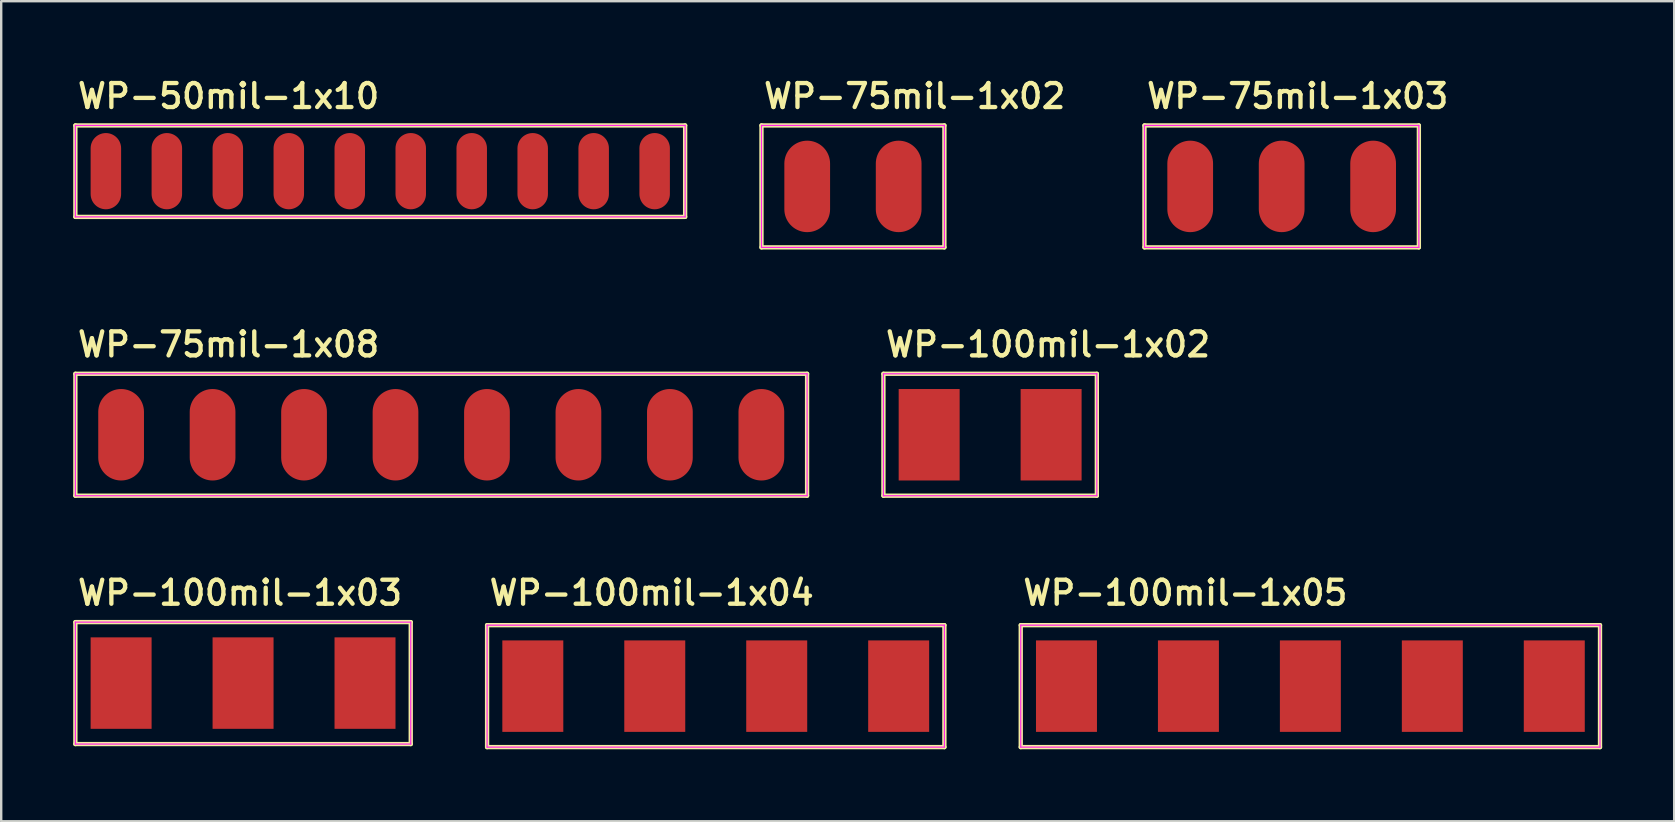
<source format=kicad_pcb>
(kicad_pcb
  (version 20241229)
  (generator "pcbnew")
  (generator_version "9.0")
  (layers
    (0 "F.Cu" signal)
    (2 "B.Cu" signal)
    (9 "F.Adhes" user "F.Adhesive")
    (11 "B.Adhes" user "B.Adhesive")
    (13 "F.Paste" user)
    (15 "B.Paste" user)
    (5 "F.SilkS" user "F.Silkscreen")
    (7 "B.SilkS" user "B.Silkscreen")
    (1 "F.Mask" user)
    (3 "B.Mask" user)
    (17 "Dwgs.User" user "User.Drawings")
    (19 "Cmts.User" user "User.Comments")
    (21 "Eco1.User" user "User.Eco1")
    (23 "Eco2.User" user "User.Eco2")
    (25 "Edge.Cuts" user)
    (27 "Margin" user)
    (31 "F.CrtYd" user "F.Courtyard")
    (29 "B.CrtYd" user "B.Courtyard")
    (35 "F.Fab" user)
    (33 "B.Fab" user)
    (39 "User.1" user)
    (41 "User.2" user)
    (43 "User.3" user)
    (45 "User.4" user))
  (footprint "WP-50mil-1x10"
    (layer "F.Cu")
    (at 12.79 4.08)
    (property "Reference" "WP-50mil-1x10" (at -12.7 -2.54 0) (layer "F.SilkS") (effects (font (size 1 1) (thickness 0.18)) (justify left bottom)))
    (attr exclude_from_pos_files exclude_from_bom)
    (fp_line (start -12.7 -1.905) (end 12.7 -1.905) (stroke (width 0.18) (type solid)) (layer "F.SilkS"))
    (fp_line (start -12.7 1.905) (end -12.7 -1.905) (stroke (width 0.18) (type solid)) (layer "F.SilkS"))
    (fp_line (start 12.7 -1.905) (end 12.7 1.905) (stroke (width 0.18) (type solid)) (layer "F.SilkS"))
    (fp_line (start 12.7 1.905) (end -12.7 1.905) (stroke (width 0.18) (type solid)) (layer "F.SilkS"))
    (fp_line (start -12.7 -1.905) (end 12.7 -1.905) (stroke (width 0.05) (type solid)) (layer "F.CrtYd"))
    (fp_line (start -12.7 1.905) (end -12.7 -1.905) (stroke (width 0.05) (type solid)) (layer "F.CrtYd"))
    (fp_line (start 12.7 -1.905) (end 12.7 1.905) (stroke (width 0.05) (type solid)) (layer "F.CrtYd"))
    (fp_line (start 12.7 1.905) (end -12.7 1.905) (stroke (width 0.05) (type solid)) (layer "F.CrtYd"))
    (pad "1" smd oval (at -11.43 0) (size 1.27 3.175) (layers "F.Cu" "F.Mask" "F.Paste"))
    (pad "2" smd oval (at -8.89 0) (size 1.27 3.175) (layers "F.Cu" "F.Mask" "F.Paste"))
    (pad "3" smd oval (at -6.35 0) (size 1.27 3.175) (layers "F.Cu" "F.Mask" "F.Paste"))
    (pad "4" smd oval (at -3.81 0) (size 1.27 3.175) (layers "F.Cu" "F.Mask" "F.Paste"))
    (pad "5" smd oval (at -1.27 0) (size 1.27 3.175) (layers "F.Cu" "F.Mask" "F.Paste"))
    (pad "6" smd oval (at 1.27 0) (size 1.27 3.175) (layers "F.Cu" "F.Mask" "F.Paste"))
    (pad "7" smd oval (at 3.81 0) (size 1.27 3.175) (layers "F.Cu" "F.Mask" "F.Paste"))
    (pad "8" smd oval (at 6.35 0) (size 1.27 3.175) (layers "F.Cu" "F.Mask" "F.Paste"))
    (pad "9" smd oval (at 8.89 0) (size 1.27 3.175) (layers "F.Cu" "F.Mask" "F.Paste"))
    (pad "10" smd oval (at 11.43 0) (size 1.27 3.175) (layers "F.Cu" "F.Mask" "F.Paste")))
  (footprint "WP-100mil-1x05"
    (layer "F.Cu")
    (at 51.535 25.532)
    (property "Reference" "WP-100mil-1x05" (at -12.065 -3.302 0) (layer "F.SilkS") (effects (font (size 1 1) (thickness 0.18)) (justify left bottom)))
    (attr exclude_from_pos_files exclude_from_bom)
    (fp_line (start -12.065 -2.54) (end 12.065 -2.54) (stroke (width 0.18) (type solid)) (layer "F.SilkS"))
    (fp_line (start -12.065 2.54) (end -12.065 -2.54) (stroke (width 0.18) (type solid)) (layer "F.SilkS"))
    (fp_line (start 12.065 -2.54) (end 12.065 2.54) (stroke (width 0.18) (type solid)) (layer "F.SilkS"))
    (fp_line (start 12.065 2.54) (end -12.065 2.54) (stroke (width 0.18) (type solid)) (layer "F.SilkS"))
    (fp_line (start -12.065 -2.54) (end 12.065 -2.54) (stroke (width 0.05) (type solid)) (layer "F.CrtYd"))
    (fp_line (start -12.065 2.54) (end -12.065 -2.54) (stroke (width 0.05) (type solid)) (layer "F.CrtYd"))
    (fp_line (start 12.065 -2.54) (end 12.065 2.54) (stroke (width 0.05) (type solid)) (layer "F.CrtYd"))
    (fp_line (start 12.065 2.54) (end -12.065 2.54) (stroke (width 0.05) (type solid)) (layer "F.CrtYd"))
    (pad "1" smd rect (at -10.16 0) (size 2.54 3.81) (layers "F.Cu" "F.Mask" "F.Paste"))
    (pad "2" smd rect (at -5.08 0) (size 2.54 3.81) (layers "F.Cu" "F.Mask" "F.Paste"))
    (pad "3" smd rect (at 0 0) (size 2.54 3.81) (layers "F.Cu" "F.Mask" "F.Paste"))
    (pad "4" smd rect (at 5.08 0) (size 2.54 3.81) (layers "F.Cu" "F.Mask" "F.Paste"))
    (pad "5" smd rect (at 10.16 0) (size 2.54 3.81) (layers "F.Cu" "F.Mask" "F.Paste")))
  (footprint "WP-75mil-1x08"
    (layer "F.Cu")
    (at 15.33 15.06)
    (property "Reference" "WP-75mil-1x08" (at -15.24 -3.175 0) (layer "F.SilkS") (effects (font (size 1 1) (thickness 0.18)) (justify left bottom)))
    (attr exclude_from_pos_files exclude_from_bom)
    (fp_line (start -15.24 -2.54) (end 15.24 -2.54) (stroke (width 0.18) (type solid)) (layer "F.SilkS"))
    (fp_line (start -15.24 2.54) (end -15.24 -2.54) (stroke (width 0.18) (type solid)) (layer "F.SilkS"))
    (fp_line (start 15.24 -2.54) (end 15.24 2.54) (stroke (width 0.18) (type solid)) (layer "F.SilkS"))
    (fp_line (start 15.24 2.54) (end -15.24 2.54) (stroke (width 0.18) (type solid)) (layer "F.SilkS"))
    (fp_line (start -15.24 -2.54) (end 15.24 -2.54) (stroke (width 0.05) (type solid)) (layer "F.CrtYd"))
    (fp_line (start -15.24 2.54) (end -15.24 -2.54) (stroke (width 0.05) (type solid)) (layer "F.CrtYd"))
    (fp_line (start 15.24 -2.54) (end 15.24 2.54) (stroke (width 0.05) (type solid)) (layer "F.CrtYd"))
    (fp_line (start 15.24 2.54) (end -15.24 2.54) (stroke (width 0.05) (type solid)) (layer "F.CrtYd"))
    (pad "1" smd oval (at -13.335 0) (size 1.905 3.81) (layers "F.Cu" "F.Mask" "F.Paste"))
    (pad "2" smd oval (at -9.525 0) (size 1.905 3.81) (layers "F.Cu" "F.Mask" "F.Paste"))
    (pad "3" smd oval (at -5.715 0) (size 1.905 3.81) (layers "F.Cu" "F.Mask" "F.Paste"))
    (pad "4" smd oval (at -1.905 0) (size 1.905 3.81) (layers "F.Cu" "F.Mask" "F.Paste"))
    (pad "5" smd oval (at 1.905 0) (size 1.905 3.81) (layers "F.Cu" "F.Mask" "F.Paste"))
    (pad "6" smd oval (at 5.715 0) (size 1.905 3.81) (layers "F.Cu" "F.Mask" "F.Paste"))
    (pad "7" smd oval (at 9.525 0) (size 1.905 3.81) (layers "F.Cu" "F.Mask" "F.Paste"))
    (pad "8" smd oval (at 13.335 0) (size 1.905 3.81) (layers "F.Cu" "F.Mask" "F.Paste")))
  (footprint "WP-100mil-1x02"
    (layer "F.Cu")
    (at 38.195 15.06)
    (property "Reference" "WP-100mil-1x02" (at -4.445 -3.175 0) (layer "F.SilkS") (effects (font (size 1 1) (thickness 0.18)) (justify left bottom)))
    (attr exclude_from_pos_files exclude_from_bom)
    (fp_line (start -4.445 -2.54) (end 4.445 -2.54) (stroke (width 0.18) (type solid)) (layer "F.SilkS"))
    (fp_line (start -4.445 2.54) (end -4.445 -2.54) (stroke (width 0.18) (type solid)) (layer "F.SilkS"))
    (fp_line (start 4.445 -2.54) (end 4.445 2.54) (stroke (width 0.18) (type solid)) (layer "F.SilkS"))
    (fp_line (start 4.445 2.54) (end -4.445 2.54) (stroke (width 0.18) (type solid)) (layer "F.SilkS"))
    (fp_line (start -4.445 -2.54) (end 4.445 -2.54) (stroke (width 0.05) (type solid)) (layer "F.CrtYd"))
    (fp_line (start -4.445 2.54) (end -4.445 -2.54) (stroke (width 0.05) (type solid)) (layer "F.CrtYd"))
    (fp_line (start 4.445 -2.54) (end 4.445 2.54) (stroke (width 0.05) (type solid)) (layer "F.CrtYd"))
    (fp_line (start 4.445 2.54) (end -4.445 2.54) (stroke (width 0.05) (type solid)) (layer "F.CrtYd"))
    (pad "1" smd rect (at -2.54 0) (size 2.54 3.81) (layers "F.Cu" "F.Mask" "F.Paste"))
    (pad "2" smd rect (at 2.54 0) (size 2.54 3.81) (layers "F.Cu" "F.Mask" "F.Paste")))
  (footprint "WP-75mil-1x03"
    (layer "F.Cu")
    (at 50.339 4.715)
    (property "Reference" "WP-75mil-1x03" (at -5.715 -3.175 0) (layer "F.SilkS") (effects (font (size 1 1) (thickness 0.18)) (justify left bottom)))
    (attr exclude_from_pos_files exclude_from_bom)
    (fp_line (start -5.715 -2.54) (end 5.715 -2.54) (stroke (width 0.18) (type solid)) (layer "F.SilkS"))
    (fp_line (start -5.715 2.54) (end -5.715 -2.54) (stroke (width 0.18) (type solid)) (layer "F.SilkS"))
    (fp_line (start 5.715 -2.54) (end 5.715 2.54) (stroke (width 0.18) (type solid)) (layer "F.SilkS"))
    (fp_line (start 5.715 2.54) (end -5.715 2.54) (stroke (width 0.18) (type solid)) (layer "F.SilkS"))
    (fp_line (start -5.715 -2.54) (end 5.715 -2.54) (stroke (width 0.05) (type solid)) (layer "F.CrtYd"))
    (fp_line (start -5.715 2.54) (end -5.715 -2.54) (stroke (width 0.05) (type solid)) (layer "F.CrtYd"))
    (fp_line (start 5.715 -2.54) (end 5.715 2.54) (stroke (width 0.05) (type solid)) (layer "F.CrtYd"))
    (fp_line (start 5.715 2.54) (end -5.715 2.54) (stroke (width 0.05) (type solid)) (layer "F.CrtYd"))
    (pad "1" smd oval (at -3.81 0) (size 1.905 3.81) (layers "F.Cu" "F.Mask" "F.Paste"))
    (pad "2" smd oval (at 0 0) (size 1.905 3.81) (layers "F.Cu" "F.Mask" "F.Paste"))
    (pad "3" smd oval (at 3.81 0) (size 1.905 3.81) (layers "F.Cu" "F.Mask" "F.Paste")))
  (footprint "WP-100mil-1x03"
    (layer "F.Cu")
    (at 7.075 25.405)
    (property "Reference" "WP-100mil-1x03" (at -6.985 -3.175 0) (layer "F.SilkS") (effects (font (size 1 1) (thickness 0.18)) (justify left bottom)))
    (attr exclude_from_pos_files exclude_from_bom)
    (fp_line (start -6.985 -2.54) (end 6.985 -2.54) (stroke (width 0.18) (type solid)) (layer "F.SilkS"))
    (fp_line (start -6.985 2.54) (end -6.985 -2.54) (stroke (width 0.18) (type solid)) (layer "F.SilkS"))
    (fp_line (start 6.985 -2.54) (end 6.985 2.54) (stroke (width 0.18) (type solid)) (layer "F.SilkS"))
    (fp_line (start 6.985 2.54) (end -6.985 2.54) (stroke (width 0.18) (type solid)) (layer "F.SilkS"))
    (fp_line (start -6.985 -2.54) (end 6.985 -2.54) (stroke (width 0.05) (type solid)) (layer "F.CrtYd"))
    (fp_line (start -6.985 2.54) (end -6.985 -2.54) (stroke (width 0.05) (type solid)) (layer "F.CrtYd"))
    (fp_line (start 6.985 -2.54) (end 6.985 2.54) (stroke (width 0.05) (type solid)) (layer "F.CrtYd"))
    (fp_line (start 6.985 2.54) (end -6.985 2.54) (stroke (width 0.05) (type solid)) (layer "F.CrtYd"))
    (pad "1" smd rect (at -5.08 0) (size 2.54 3.81) (layers "F.Cu" "F.Mask" "F.Paste"))
    (pad "2" smd rect (at 0 0) (size 2.54 3.81) (layers "F.Cu" "F.Mask" "F.Paste"))
    (pad "3" smd rect (at 5.08 0) (size 2.54 3.81) (layers "F.Cu" "F.Mask" "F.Paste")))
  (footprint "WP-75mil-1x02"
    (layer "F.Cu")
    (at 32.48 4.715)
    (property "Reference" "WP-75mil-1x02" (at -3.81 -3.175 0) (layer "F.SilkS") (effects (font (size 1 1) (thickness 0.18)) (justify left bottom)))
    (attr exclude_from_pos_files exclude_from_bom)
    (fp_line (start -3.81 -2.54) (end 3.81 -2.54) (stroke (width 0.18) (type solid)) (layer "F.SilkS"))
    (fp_line (start -3.81 2.54) (end -3.81 -2.54) (stroke (width 0.18) (type solid)) (layer "F.SilkS"))
    (fp_line (start 3.81 -2.54) (end 3.81 2.54) (stroke (width 0.18) (type solid)) (layer "F.SilkS"))
    (fp_line (start 3.81 2.54) (end -3.81 2.54) (stroke (width 0.18) (type solid)) (layer "F.SilkS"))
    (fp_line (start -3.81 -2.54) (end 3.81 -2.54) (stroke (width 0.05) (type solid)) (layer "F.CrtYd"))
    (fp_line (start -3.81 2.54) (end -3.81 -2.54) (stroke (width 0.05) (type solid)) (layer "F.CrtYd"))
    (fp_line (start 3.81 -2.54) (end 3.81 2.54) (stroke (width 0.05) (type solid)) (layer "F.CrtYd"))
    (fp_line (start 3.81 2.54) (end -3.81 2.54) (stroke (width 0.05) (type solid)) (layer "F.CrtYd"))
    (pad "1" smd oval (at -1.905 0) (size 1.905 3.81) (layers "F.Cu" "F.Mask" "F.Paste"))
    (pad "2" smd oval (at 1.905 0) (size 1.905 3.81) (layers "F.Cu" "F.Mask" "F.Paste")))
  (footprint "WP-100mil-1x04"
    (layer "F.Cu")
    (at 26.765 25.532)
    (property "Reference" "WP-100mil-1x04" (at -9.525 -3.302 0) (layer "F.SilkS") (effects (font (size 1 1) (thickness 0.18)) (justify left bottom)))
    (attr exclude_from_pos_files exclude_from_bom)
    (fp_line (start -9.525 -2.54) (end 9.525 -2.54) (stroke (width 0.18) (type solid)) (layer "F.SilkS"))
    (fp_line (start -9.525 2.54) (end -9.525 -2.54) (stroke (width 0.18) (type solid)) (layer "F.SilkS"))
    (fp_line (start 9.525 -2.54) (end 9.525 2.54) (stroke (width 0.18) (type solid)) (layer "F.SilkS"))
    (fp_line (start 9.525 2.54) (end -9.525 2.54) (stroke (width 0.18) (type solid)) (layer "F.SilkS"))
    (fp_line (start -9.525 -2.54) (end 9.525 -2.54) (stroke (width 0.05) (type solid)) (layer "F.CrtYd"))
    (fp_line (start -9.525 2.54) (end -9.525 -2.54) (stroke (width 0.05) (type solid)) (layer "F.CrtYd"))
    (fp_line (start 9.525 -2.54) (end 9.525 2.54) (stroke (width 0.05) (type solid)) (layer "F.CrtYd"))
    (fp_line (start 9.525 2.54) (end -9.525 2.54) (stroke (width 0.05) (type solid)) (layer "F.CrtYd"))
    (pad "1" smd rect (at -7.62 0) (size 2.54 3.81) (layers "F.Cu" "F.Mask" "F.Paste"))
    (pad "2" smd rect (at -2.54 0) (size 2.54 3.81) (layers "F.Cu" "F.Mask" "F.Paste"))
    (pad "3" smd rect (at 2.54 0) (size 2.54 3.81) (layers "F.Cu" "F.Mask" "F.Paste"))
    (pad "4" smd rect (at 7.62 0) (size 2.54 3.81) (layers "F.Cu" "F.Mask" "F.Paste")))
  (gr_rect
    (start -3 -3)
    (end 66.69 31.162)
    (stroke (width 0.1) (type default))
    (fill no)
    (layer "Edge.Cuts")))
</source>
